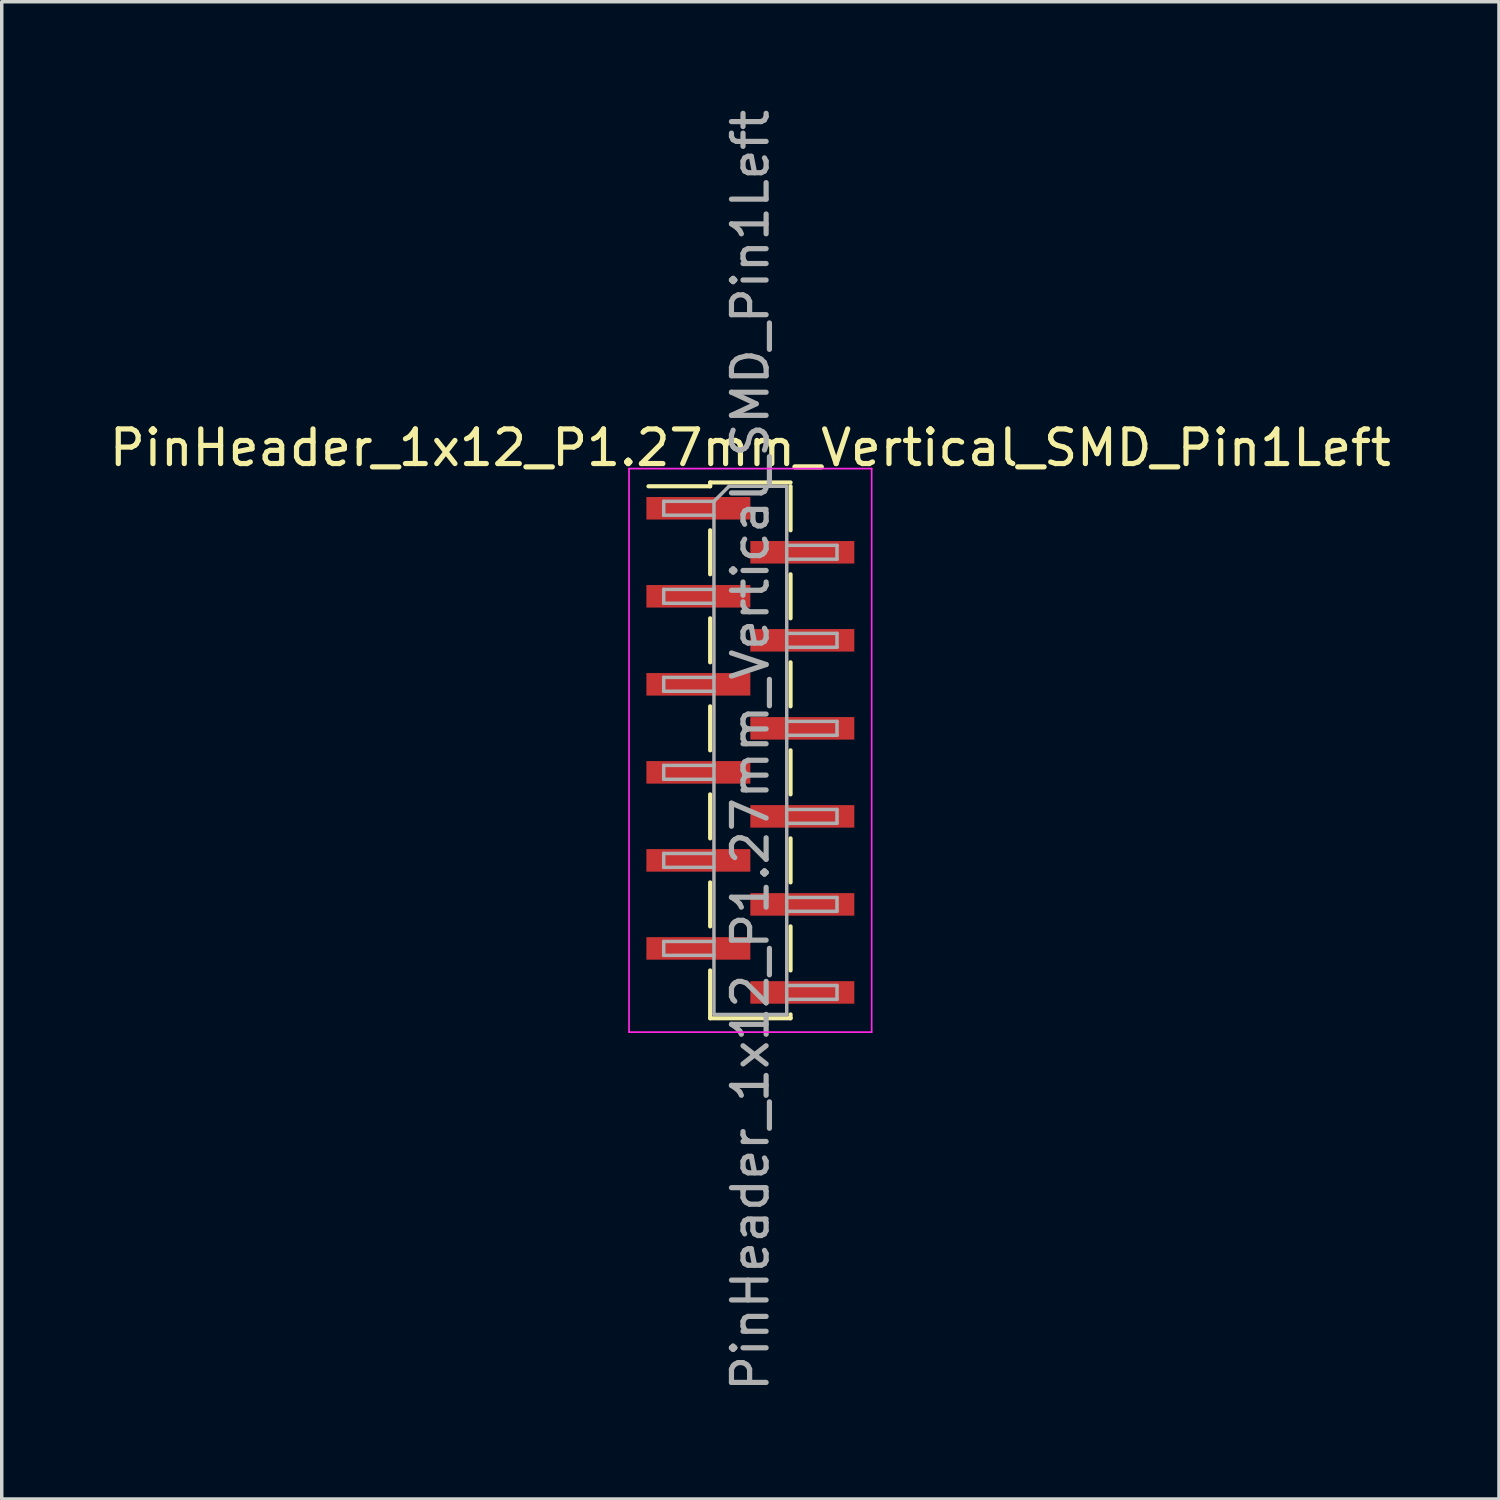
<source format=kicad_pcb>
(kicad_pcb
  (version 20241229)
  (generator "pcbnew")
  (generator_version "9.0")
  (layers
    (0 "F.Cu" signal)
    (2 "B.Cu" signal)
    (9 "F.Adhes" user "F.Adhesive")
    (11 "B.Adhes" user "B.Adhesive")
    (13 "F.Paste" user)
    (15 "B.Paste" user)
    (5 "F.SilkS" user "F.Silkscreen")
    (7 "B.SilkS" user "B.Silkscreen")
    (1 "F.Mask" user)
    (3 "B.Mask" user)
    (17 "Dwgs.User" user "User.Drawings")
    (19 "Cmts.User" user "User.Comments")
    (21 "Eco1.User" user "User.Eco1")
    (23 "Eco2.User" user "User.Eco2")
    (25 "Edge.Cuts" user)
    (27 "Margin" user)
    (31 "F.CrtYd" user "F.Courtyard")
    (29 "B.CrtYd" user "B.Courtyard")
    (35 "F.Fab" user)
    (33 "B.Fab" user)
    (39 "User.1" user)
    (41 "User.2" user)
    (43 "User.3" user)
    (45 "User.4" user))
  (footprint "PinHeader_1x12_P1.27mm_Vertical_SMD_Pin1Left"
    (layer "F.Cu")
    (at 18.601 18.601)
    (property "Reference" "PinHeader_1x12_P1.27mm_Vertical_SMD_Pin1Left" (at 0 -8.73 0) (layer "F.SilkS") (effects (font (size 1 1) (thickness 0.15))))
    (attr smd)
    (fp_line (start -1.16 -7.73) (end -1.16 -7.62) (stroke (width 0.12) (type solid)) (layer "F.SilkS"))
    (fp_line (start -1.16 -7.73) (end 1.16 -7.73) (stroke (width 0.12) (type solid)) (layer "F.SilkS"))
    (fp_line (start -1.16 -7.62) (end -2.94 -7.62) (stroke (width 0.12) (type solid)) (layer "F.SilkS"))
    (fp_line (start -1.16 -6.35) (end -1.16 -5.08) (stroke (width 0.12) (type solid)) (layer "F.SilkS"))
    (fp_line (start -1.16 -3.81) (end -1.16 -2.54) (stroke (width 0.12) (type solid)) (layer "F.SilkS"))
    (fp_line (start -1.16 -1.27) (end -1.16 0) (stroke (width 0.12) (type solid)) (layer "F.SilkS"))
    (fp_line (start -1.16 1.27) (end -1.16 2.54) (stroke (width 0.12) (type solid)) (layer "F.SilkS"))
    (fp_line (start -1.16 3.81) (end -1.16 5.08) (stroke (width 0.12) (type solid)) (layer "F.SilkS"))
    (fp_line (start -1.16 6.35) (end -1.16 7.73) (stroke (width 0.12) (type solid)) (layer "F.SilkS"))
    (fp_line (start -1.16 7.73) (end 1.16 7.73) (stroke (width 0.12) (type solid)) (layer "F.SilkS"))
    (fp_line (start 1.16 -7.62) (end 1.16 -6.35) (stroke (width 0.12) (type solid)) (layer "F.SilkS"))
    (fp_line (start 1.16 -5.08) (end 1.16 -3.81) (stroke (width 0.12) (type solid)) (layer "F.SilkS"))
    (fp_line (start 1.16 -2.54) (end 1.16 -1.27) (stroke (width 0.12) (type solid)) (layer "F.SilkS"))
    (fp_line (start 1.16 0) (end 1.16 1.27) (stroke (width 0.12) (type solid)) (layer "F.SilkS"))
    (fp_line (start 1.16 2.54) (end 1.16 3.81) (stroke (width 0.12) (type solid)) (layer "F.SilkS"))
    (fp_line (start 1.16 5.08) (end 1.16 6.35) (stroke (width 0.12) (type solid)) (layer "F.SilkS"))
    (fp_line (start 1.16 7.62) (end 1.16 7.73) (stroke (width 0.12) (type solid)) (layer "F.SilkS"))
    (fp_line (start -3.5 -8.13) (end -3.5 8.13) (stroke (width 0.05) (type solid)) (layer "F.CrtYd"))
    (fp_line (start -3.5 8.13) (end 3.5 8.13) (stroke (width 0.05) (type solid)) (layer "F.CrtYd"))
    (fp_line (start 3.5 -8.13) (end -3.5 -8.13) (stroke (width 0.05) (type solid)) (layer "F.CrtYd"))
    (fp_line (start 3.5 8.13) (end 3.5 -8.13) (stroke (width 0.05) (type solid)) (layer "F.CrtYd"))
    (fp_line (start -2.5 -7.185) (end -2.5 -6.785) (stroke (width 0.1) (type solid)) (layer "F.Fab"))
    (fp_line (start -2.5 -6.785) (end -1.05 -6.785) (stroke (width 0.1) (type solid)) (layer "F.Fab"))
    (fp_line (start -2.5 -4.645) (end -2.5 -4.245) (stroke (width 0.1) (type solid)) (layer "F.Fab"))
    (fp_line (start -2.5 -4.245) (end -1.05 -4.245) (stroke (width 0.1) (type solid)) (layer "F.Fab"))
    (fp_line (start -2.5 -2.105) (end -2.5 -1.705) (stroke (width 0.1) (type solid)) (layer "F.Fab"))
    (fp_line (start -2.5 -1.705) (end -1.05 -1.705) (stroke (width 0.1) (type solid)) (layer "F.Fab"))
    (fp_line (start -2.5 0.435) (end -2.5 0.835) (stroke (width 0.1) (type solid)) (layer "F.Fab"))
    (fp_line (start -2.5 0.835) (end -1.05 0.835) (stroke (width 0.1) (type solid)) (layer "F.Fab"))
    (fp_line (start -2.5 2.975) (end -2.5 3.375) (stroke (width 0.1) (type solid)) (layer "F.Fab"))
    (fp_line (start -2.5 3.375) (end -1.05 3.375) (stroke (width 0.1) (type solid)) (layer "F.Fab"))
    (fp_line (start -2.5 5.515) (end -2.5 5.915) (stroke (width 0.1) (type solid)) (layer "F.Fab"))
    (fp_line (start -2.5 5.915) (end -1.05 5.915) (stroke (width 0.1) (type solid)) (layer "F.Fab"))
    (fp_line (start -1.05 -7.185) (end -2.5 -7.185) (stroke (width 0.1) (type solid)) (layer "F.Fab"))
    (fp_line (start -1.05 -7.185) (end -0.615 -7.62) (stroke (width 0.1) (type solid)) (layer "F.Fab"))
    (fp_line (start -1.05 -4.645) (end -2.5 -4.645) (stroke (width 0.1) (type solid)) (layer "F.Fab"))
    (fp_line (start -1.05 -2.105) (end -2.5 -2.105) (stroke (width 0.1) (type solid)) (layer "F.Fab"))
    (fp_line (start -1.05 0.435) (end -2.5 0.435) (stroke (width 0.1) (type solid)) (layer "F.Fab"))
    (fp_line (start -1.05 2.975) (end -2.5 2.975) (stroke (width 0.1) (type solid)) (layer "F.Fab"))
    (fp_line (start -1.05 5.515) (end -2.5 5.515) (stroke (width 0.1) (type solid)) (layer "F.Fab"))
    (fp_line (start -1.05 7.62) (end -1.05 -7.185) (stroke (width 0.1) (type solid)) (layer "F.Fab"))
    (fp_line (start -0.615 -7.62) (end 1.05 -7.62) (stroke (width 0.1) (type solid)) (layer "F.Fab"))
    (fp_line (start 1.05 -7.62) (end 1.05 7.62) (stroke (width 0.1) (type solid)) (layer "F.Fab"))
    (fp_line (start 1.05 -5.915) (end 2.5 -5.915) (stroke (width 0.1) (type solid)) (layer "F.Fab"))
    (fp_line (start 1.05 -3.375) (end 2.5 -3.375) (stroke (width 0.1) (type solid)) (layer "F.Fab"))
    (fp_line (start 1.05 -0.835) (end 2.5 -0.835) (stroke (width 0.1) (type solid)) (layer "F.Fab"))
    (fp_line (start 1.05 1.705) (end 2.5 1.705) (stroke (width 0.1) (type solid)) (layer "F.Fab"))
    (fp_line (start 1.05 4.245) (end 2.5 4.245) (stroke (width 0.1) (type solid)) (layer "F.Fab"))
    (fp_line (start 1.05 6.785) (end 2.5 6.785) (stroke (width 0.1) (type solid)) (layer "F.Fab"))
    (fp_line (start 1.05 7.62) (end -1.05 7.62) (stroke (width 0.1) (type solid)) (layer "F.Fab"))
    (fp_line (start 2.5 -5.915) (end 2.5 -5.515) (stroke (width 0.1) (type solid)) (layer "F.Fab"))
    (fp_line (start 2.5 -5.515) (end 1.05 -5.515) (stroke (width 0.1) (type solid)) (layer "F.Fab"))
    (fp_line (start 2.5 -3.375) (end 2.5 -2.975) (stroke (width 0.1) (type solid)) (layer "F.Fab"))
    (fp_line (start 2.5 -2.975) (end 1.05 -2.975) (stroke (width 0.1) (type solid)) (layer "F.Fab"))
    (fp_line (start 2.5 -0.835) (end 2.5 -0.435) (stroke (width 0.1) (type solid)) (layer "F.Fab"))
    (fp_line (start 2.5 -0.435) (end 1.05 -0.435) (stroke (width 0.1) (type solid)) (layer "F.Fab"))
    (fp_line (start 2.5 1.705) (end 2.5 2.105) (stroke (width 0.1) (type solid)) (layer "F.Fab"))
    (fp_line (start 2.5 2.105) (end 1.05 2.105) (stroke (width 0.1) (type solid)) (layer "F.Fab"))
    (fp_line (start 2.5 4.245) (end 2.5 4.645) (stroke (width 0.1) (type solid)) (layer "F.Fab"))
    (fp_line (start 2.5 4.645) (end 1.05 4.645) (stroke (width 0.1) (type solid)) (layer "F.Fab"))
    (fp_line (start 2.5 6.785) (end 2.5 7.185) (stroke (width 0.1) (type solid)) (layer "F.Fab"))
    (fp_line (start 2.5 7.185) (end 1.05 7.185) (stroke (width 0.1) (type solid)) (layer "F.Fab"))
    (fp_text user "${REFERENCE}" (at 0 0 90) (layer "F.Fab") (effects (font (size 1 1) (thickness 0.15))))
    (pad "1" smd rect (at -1.5 -6.985) (size 3 0.65) (layers "F.Cu" "F.Mask" "F.Paste"))
    (pad "2" smd rect (at 1.5 -5.715) (size 3 0.65) (layers "F.Cu" "F.Mask" "F.Paste"))
    (pad "3" smd rect (at -1.5 -4.445) (size 3 0.65) (layers "F.Cu" "F.Mask" "F.Paste"))
    (pad "4" smd rect (at 1.5 -3.175) (size 3 0.65) (layers "F.Cu" "F.Mask" "F.Paste"))
    (pad "5" smd rect (at -1.5 -1.905) (size 3 0.65) (layers "F.Cu" "F.Mask" "F.Paste"))
    (pad "6" smd rect (at 1.5 -0.635) (size 3 0.65) (layers "F.Cu" "F.Mask" "F.Paste"))
    (pad "7" smd rect (at -1.5 0.635) (size 3 0.65) (layers "F.Cu" "F.Mask" "F.Paste"))
    (pad "8" smd rect (at 1.5 1.905) (size 3 0.65) (layers "F.Cu" "F.Mask" "F.Paste"))
    (pad "9" smd rect (at -1.5 3.175) (size 3 0.65) (layers "F.Cu" "F.Mask" "F.Paste"))
    (pad "10" smd rect (at 1.5 4.445) (size 3 0.65) (layers "F.Cu" "F.Mask" "F.Paste"))
    (pad "11" smd rect (at -1.5 5.715) (size 3 0.65) (layers "F.Cu" "F.Mask" "F.Paste"))
    (pad "12" smd rect (at 1.5 6.985) (size 3 0.65) (layers "F.Cu" "F.Mask" "F.Paste")))
  (gr_rect
    (start -3 -3)
    (end 40.202 40.202)
    (stroke (width 0.1) (type default))
    (fill no)
    (layer "Edge.Cuts")))
</source>
